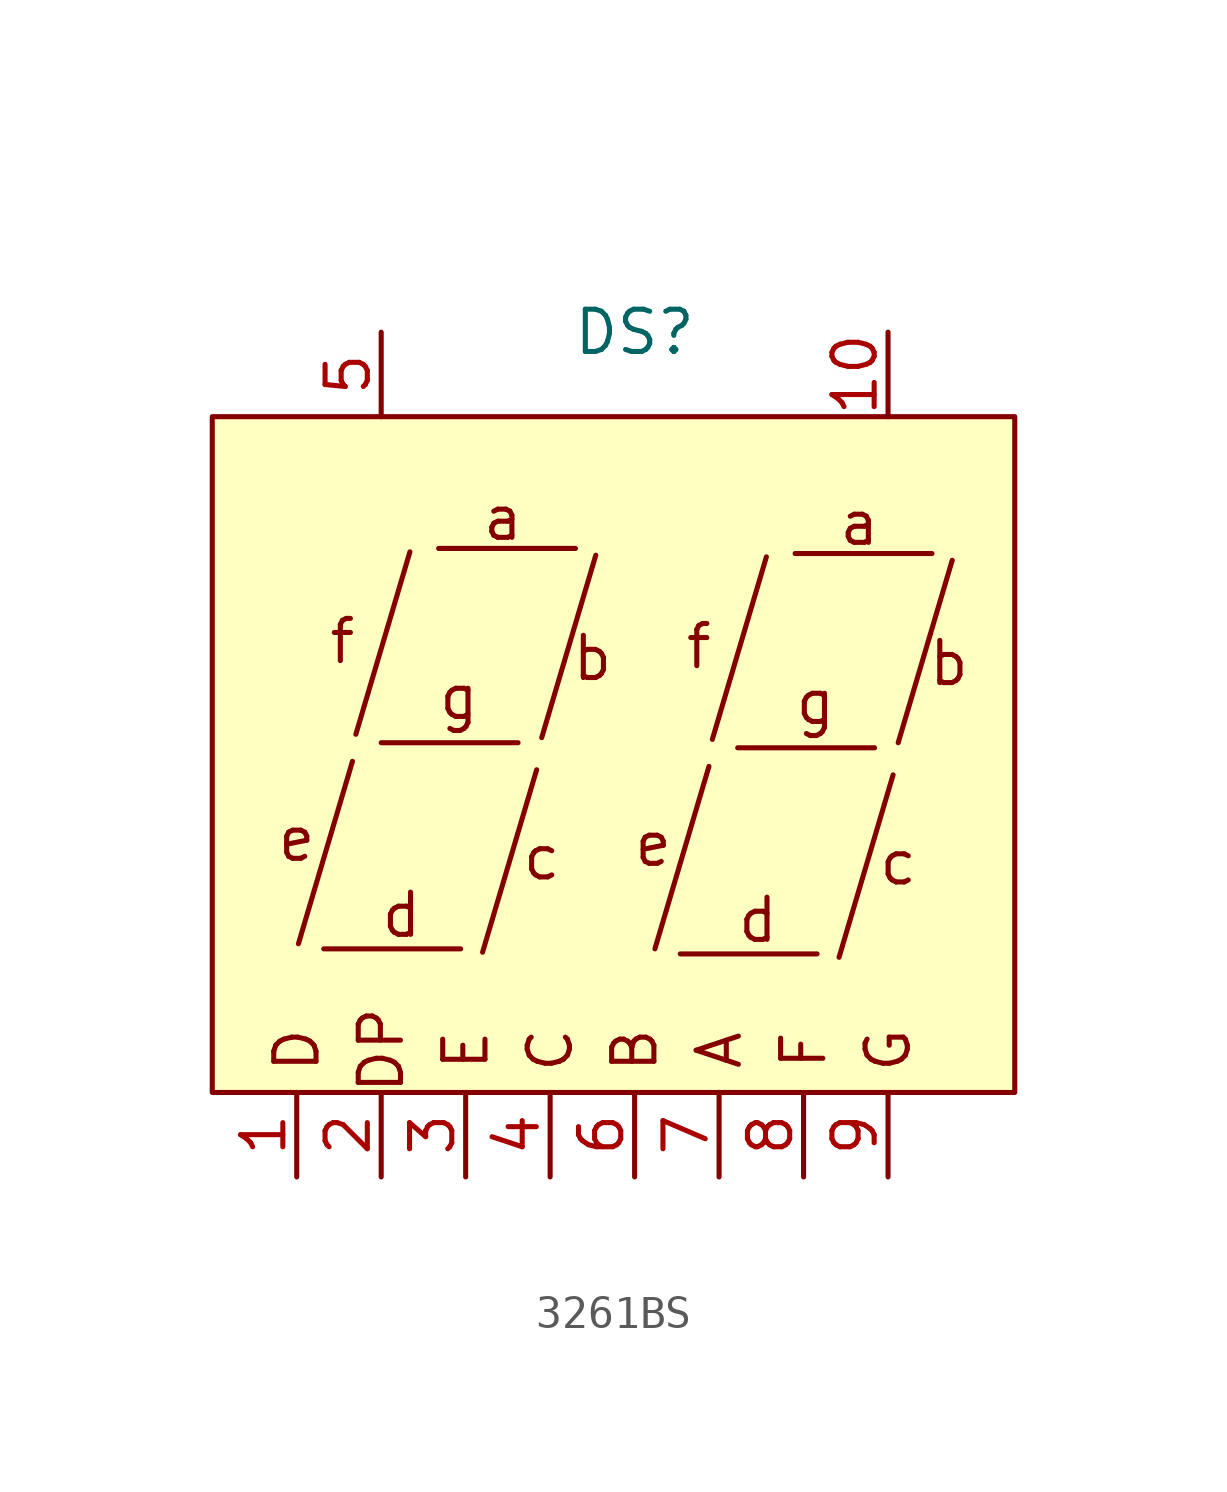
<source format=kicad_sym>
(kicad_symbol_lib
  (version 20220914)
  (generator kicad_symbol_editor)
  (symbol "3261BS"
    (property "Reference" "DS"
      (at 0 12.7 0)
      (effects (font (size 1.27 1.27))))
    (property "Value" ""
      (at 0.051 15.545 0)
      (effects (font (size 1.27 1.27))))
    (symbol "3261BS_0_1"
      (rectangle (start -12.7 10.16) (end 11.43 -10.16) (stroke (width 0) (type default)) (fill (type background)))
      (polyline (pts (xy -9.347 -5.842) (xy -5.232 -5.842)) (stroke (width 0) (type default)) (fill (type none)))
      (polyline (pts (xy -7.62 0.356) (xy -3.505 0.356)) (stroke (width 0) (type default)) (fill (type none)))
      (polyline (pts (xy -5.893 6.198) (xy -1.778 6.198)) (stroke (width 0) (type default)) (fill (type none)))
      (polyline (pts (xy 1.372 -5.994) (xy 5.486 -5.994)) (stroke (width 0) (type default)) (fill (type none)))
      (polyline (pts (xy 3.099 0.203) (xy 7.214 0.203)) (stroke (width 0) (type default)) (fill (type none)))
      (polyline (pts (xy 4.826 6.045) (xy 8.941 6.045)) (stroke (width 0) (type default)) (fill (type none)))
      (polyline (pts (xy -10.109 -5.69) (xy -8.484 -0.203) (xy -8.484 -0.203)) (stroke (width 0) (type default)) (fill (type none)))
      (polyline (pts (xy -8.382 0.61) (xy -6.756 6.096) (xy -6.756 6.096)) (stroke (width 0) (type default)) (fill (type none)))
      (polyline (pts (xy -4.572 -5.944) (xy -2.946 -0.457) (xy -2.946 -0.457)) (stroke (width 0) (type default)) (fill (type none)))
      (polyline (pts (xy -2.794 0.508) (xy -1.168 5.994) (xy -1.168 5.994)) (stroke (width 0) (type default)) (fill (type none)))
      (polyline (pts (xy 0.61 -5.842) (xy 2.235 -0.356) (xy 2.235 -0.356)) (stroke (width 0) (type default)) (fill (type none)))
      (polyline (pts (xy 2.337 0.457) (xy 3.962 5.944) (xy 3.962 5.944)) (stroke (width 0) (type default)) (fill (type none)))
      (polyline (pts (xy 6.147 -6.096) (xy 7.772 -0.61) (xy 7.772 -0.61)) (stroke (width 0) (type default)) (fill (type none)))
      (polyline (pts (xy 7.925 0.356) (xy 9.55 5.842) (xy 9.55 5.842)) (stroke (width 0) (type default)) (fill (type none)))
      (text "a" (at -3.962 7.112 0) (effects (font (size 1.27 1.27))))
      (text "A" (at 2.54 -8.89 900) (effects (font (size 1.27 1.27))))
      (text "a" (at 6.756 6.96 0) (effects (font (size 1.27 1.27))))
      (text "b" (at -1.27 2.896 0) (effects (font (size 1.27 1.27))))
      (text "B" (at 0 -8.89 900) (effects (font (size 1.27 1.27))))
      (text "b" (at 9.449 2.743 0) (effects (font (size 1.27 1.27))))
      (text "c" (at -2.794 -3.099 0) (effects (font (size 1.27 1.27))))
      (text "C" (at -2.54 -8.89 900) (effects (font (size 1.27 1.27))))
      (text "c" (at 7.925 -3.251 0) (effects (font (size 1.27 1.27))))
      (text "D" (at -10.16 -8.89 900) (effects (font (size 1.27 1.27))))
      (text "d" (at -7.01 -4.826 0) (effects (font (size 1.27 1.27))))
      (text "d" (at 3.708 -4.978 0) (effects (font (size 1.27 1.27))))
      (text "DP" (at -7.62 -8.89 900) (effects (font (size 1.27 1.27))))
      (text "e" (at -10.16 -2.54 0) (effects (font (size 1.27 1.27))))
      (text "E" (at -5.08 -8.89 900) (effects (font (size 1.27 1.27))))
      (text "e" (at 0.559 -2.692 0) (effects (font (size 1.27 1.27))))
      (text "f" (at -8.788 3.404 0) (effects (font (size 1.27 1.27))))
      (text "f" (at 1.93 3.251 0) (effects (font (size 1.27 1.27))))
      (text "F" (at 5.08 -8.89 900) (effects (font (size 1.27 1.27))))
      (text "g" (at -5.283 1.727 0) (effects (font (size 1.27 1.27))))
      (text "g" (at 5.436 1.575 0) (effects (font (size 1.27 1.27))))
      (text "G" (at 7.62 -8.89 900) (effects (font (size 1.27 1.27)))))
    (symbol "3261BS_1_1"
      (pin output line (at -10.16 -12.7 90) (length 2.54) (name "" (effects (font (size 1.27 1.27)))) (number "1" (effects (font (size 1.27 1.27)))))
      (pin input line (at 7.62 12.7 270) (length 2.54) (name "" (effects (font (size 1.27 1.27)))) (number "10" (effects (font (size 1.27 1.27)))))
      (pin output line (at -7.62 -12.7 90) (length 2.54) (name "" (effects (font (size 1.27 1.27)))) (number "2" (effects (font (size 1.27 1.27)))))
      (pin output line (at -5.08 -12.7 90) (length 2.54) (name "" (effects (font (size 1.27 1.27)))) (number "3" (effects (font (size 1.27 1.27)))))
      (pin output line (at -2.54 -12.7 90) (length 2.54) (name "" (effects (font (size 1.27 1.27)))) (number "4" (effects (font (size 1.27 1.27)))))
      (pin input line (at -7.62 12.7 270) (length 2.54) (name "" (effects (font (size 1.27 1.27)))) (number "5" (effects (font (size 1.27 1.27)))))
      (pin output line (at 0 -12.7 90) (length 2.54) (name "" (effects (font (size 1.27 1.27)))) (number "6" (effects (font (size 1.27 1.27)))))
      (pin output line (at 2.54 -12.7 90) (length 2.54) (name "" (effects (font (size 1.27 1.27)))) (number "7" (effects (font (size 1.27 1.27)))))
      (pin output line (at 5.08 -12.7 90) (length 2.54) (name "" (effects (font (size 1.27 1.27)))) (number "8" (effects (font (size 1.27 1.27)))))
      (pin output line (at 7.62 -12.7 90) (length 2.54) (name "" (effects (font (size 1.27 1.27)))) (number "9" (effects (font (size 1.27 1.27))))))))
</source>
